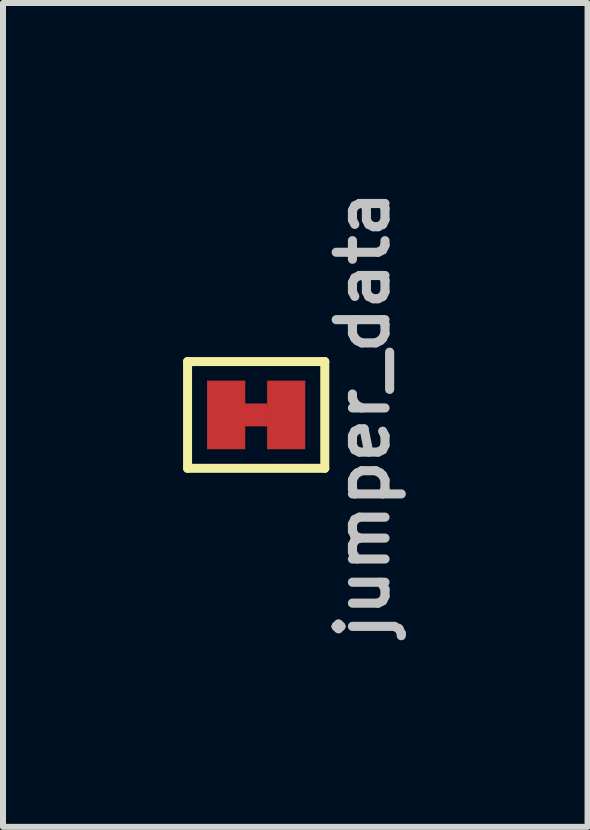
<source format=kicad_pcb>
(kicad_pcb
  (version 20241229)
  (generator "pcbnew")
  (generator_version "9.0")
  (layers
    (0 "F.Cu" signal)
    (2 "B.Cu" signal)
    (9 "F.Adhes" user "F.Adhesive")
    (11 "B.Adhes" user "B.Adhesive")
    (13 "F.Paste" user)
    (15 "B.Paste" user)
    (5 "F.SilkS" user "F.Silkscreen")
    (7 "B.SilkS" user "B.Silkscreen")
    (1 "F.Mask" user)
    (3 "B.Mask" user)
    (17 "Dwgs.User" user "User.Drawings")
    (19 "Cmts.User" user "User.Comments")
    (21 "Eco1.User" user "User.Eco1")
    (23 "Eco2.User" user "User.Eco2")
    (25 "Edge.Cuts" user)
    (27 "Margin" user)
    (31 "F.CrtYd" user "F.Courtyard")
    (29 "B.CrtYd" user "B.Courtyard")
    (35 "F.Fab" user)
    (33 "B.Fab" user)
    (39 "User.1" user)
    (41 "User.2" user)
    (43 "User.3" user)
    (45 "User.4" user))
  (footprint "jumper_data"
    (layer "F.Cu")
    (at 1.218 3.863)
    (property "Reference" "jumper_data" (at 1.778 0 270) (layer "Dwgs.User") (effects (font (size 0.813 0.813) (thickness 0.152))))
    (attr smd)
    (fp_line (start -1.143 -0.889) (end 1.143 -0.889) (stroke (width 0.15) (type solid)) (layer "F.SilkS"))
    (fp_line (start -1.143 0.889) (end -1.143 -0.889) (stroke (width 0.15) (type solid)) (layer "F.SilkS"))
    (fp_line (start 1.143 -0.889) (end 1.143 0.889) (stroke (width 0.15) (type solid)) (layer "F.SilkS"))
    (fp_line (start 1.143 0.889) (end -1.143 0.889) (stroke (width 0.15) (type solid)) (layer "F.SilkS"))
    (pad "" smd rect (at 0 0 90) (size 0.381 0.381) (layers "F.Cu" "F.Mask" "F.Paste"))
    (pad "1" smd rect (at -0.5 0) (size 0.635 1.143) (layers "F.Cu" "F.Mask" "F.Paste"))
    (pad "2" smd rect (at 0.5 0) (size 0.635 1.143) (layers "F.Cu" "F.Mask" "F.Paste")))
  (gr_rect
    (start -3 -3)
    (end 6.739 10.726)
    (stroke (width 0.1) (type default))
    (fill no)
    (layer "Edge.Cuts")))
</source>
